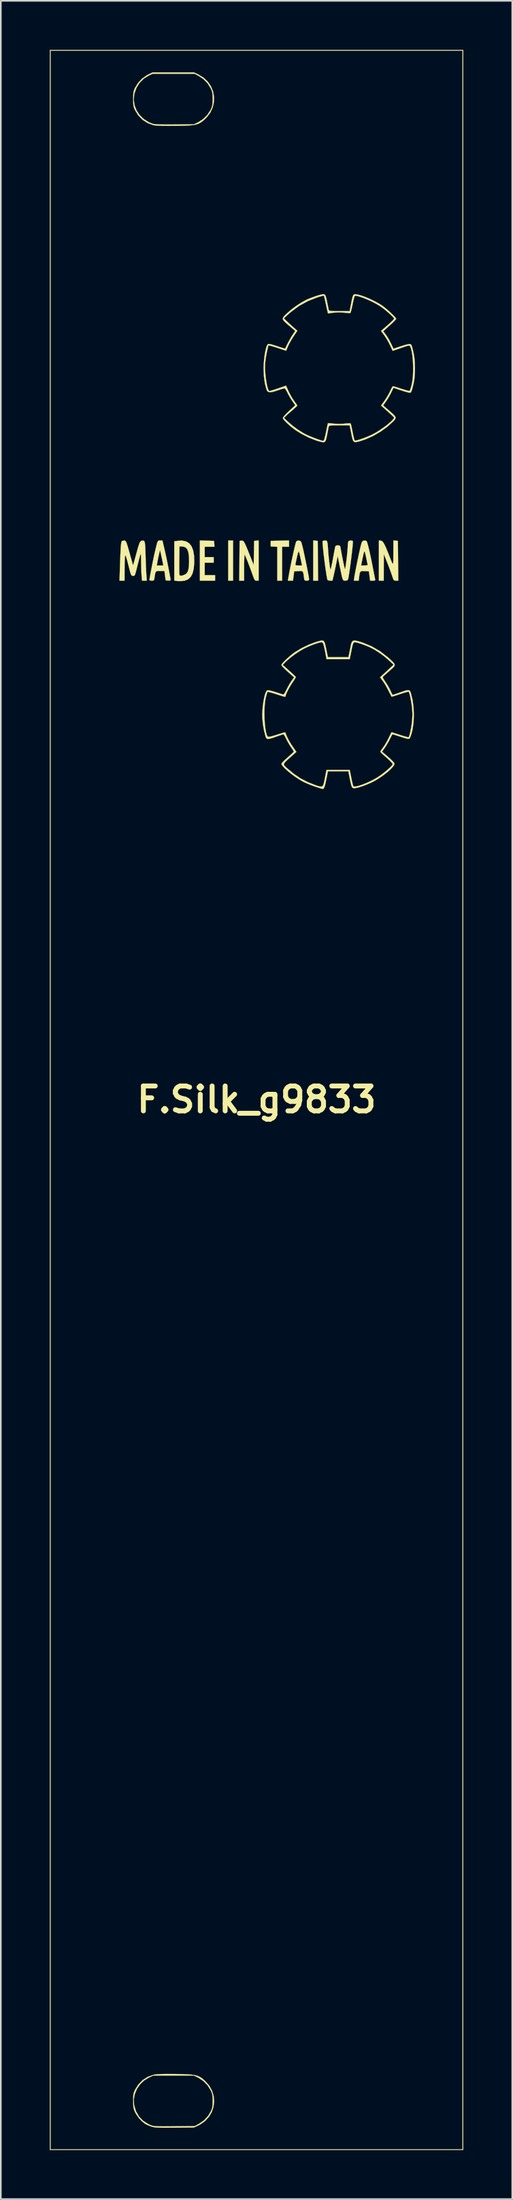
<source format=kicad_pcb>
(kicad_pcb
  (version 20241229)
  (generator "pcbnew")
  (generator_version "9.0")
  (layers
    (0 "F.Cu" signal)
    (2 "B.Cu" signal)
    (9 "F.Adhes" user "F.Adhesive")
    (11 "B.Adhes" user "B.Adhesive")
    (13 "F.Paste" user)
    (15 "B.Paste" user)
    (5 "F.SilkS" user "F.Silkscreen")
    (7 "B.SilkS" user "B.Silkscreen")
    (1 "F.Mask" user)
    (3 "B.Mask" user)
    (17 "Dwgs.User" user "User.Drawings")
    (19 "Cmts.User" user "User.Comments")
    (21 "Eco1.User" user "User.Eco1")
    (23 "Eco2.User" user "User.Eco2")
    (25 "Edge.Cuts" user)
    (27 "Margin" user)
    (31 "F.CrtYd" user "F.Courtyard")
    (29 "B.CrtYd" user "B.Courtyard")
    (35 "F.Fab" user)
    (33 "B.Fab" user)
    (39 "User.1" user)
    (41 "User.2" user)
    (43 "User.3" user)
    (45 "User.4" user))
  (footprint "F.Silk_g9833"
    (layer "F.Cu")
    (at 12.663 64.225)
    (property "Reference" "F.Silk_g9833" (at 0 0 0) (layer "F.SilkS") (effects (font (size 1.524 1.524) (thickness 0.3))))
    (attr through_hole)
    (fp_poly (pts (xy -1.439 -31.75) (xy -1.736 -31.75) (xy -1.736 -34.205) (xy -1.439 -34.205) (xy -1.439 -31.75)) (stroke (width 0.01) (type solid)) (fill yes) (layer "F.SilkS"))
    (fp_poly (pts (xy 3.747 -34.184) (xy 3.758 -32.967) (xy 3.769 -31.75) (xy 3.471 -31.75) (xy 3.471 -34.211) (xy 3.747 -34.184)) (stroke (width 0.01) (type solid)) (fill yes) (layer "F.SilkS"))
    (fp_poly (pts (xy 1.99 -33.824) (xy 1.566 -33.824) (xy 1.566 -31.75) (xy 1.27 -31.75) (xy 1.27 -33.82) (xy 0.868 -33.846) (xy 0.868 -34.184) (xy 1.429 -34.196) (xy 1.99 -34.208) (xy 1.99 -33.824)) (stroke (width 0.01) (type solid)) (fill yes) (layer "F.SilkS"))
    (fp_poly (pts (xy 12.658 64.262) (xy -12.658 64.262) (xy -12.658 -64.177) (xy -12.615 -64.177) (xy -12.615 64.22) (xy 12.615 64.22) (xy 12.615 -64.177) (xy -12.615 -64.177) (xy -12.658 -64.177) (xy -12.658 -64.22) (xy 12.658 -64.22) (xy 12.658 64.262)) (stroke (width 0.01) (type solid)) (fill yes) (layer "F.SilkS"))
    (fp_poly (pts (xy -3.037 -34.196) (xy -2.603 -34.184) (xy -2.59 -34.004) (xy -2.577 -33.824) (xy -3.175 -33.824) (xy -3.175 -33.189) (xy -2.625 -33.189) (xy -2.625 -32.851) (xy -3.175 -32.851) (xy -3.175 -32.089) (xy -2.54 -32.089) (xy -2.54 -31.75) (xy -3.471 -31.75) (xy -3.471 -34.208) (xy -3.037 -34.196)) (stroke (width 0.01) (type solid)) (fill yes) (layer "F.SilkS"))
    (fp_poly (pts (xy 0.127 -31.75) (xy 0.005 -31.75) (xy -0.057 -31.756) (xy -0.103 -31.784) (xy -0.144 -31.851) (xy -0.193 -31.972) (xy -0.231 -32.078) (xy -0.319 -32.322) (xy -0.41 -32.568) (xy -0.499 -32.802) (xy -0.581 -33.009) (xy -0.65 -33.177) (xy -0.7 -33.291) (xy -0.725 -33.335) (xy -0.737 -33.309) (xy -0.747 -33.208) (xy -0.755 -33.043) (xy -0.76 -32.825) (xy -0.762 -32.565) (xy -0.762 -31.75) (xy -1.06 -31.75) (xy -1.037 -34.184) (xy -0.923 -34.197) (xy -0.875 -34.199) (xy -0.832 -34.186) (xy -0.79 -34.149) (xy -0.743 -34.078) (xy -0.686 -33.964) (xy -0.614 -33.798) (xy -0.52 -33.57) (xy -0.418 -33.316) (xy -0.173 -32.703) (xy -0.148 -34.184) (xy 0.127 -34.211) (xy 0.127 -31.75)) (stroke (width 0.01) (type solid)) (fill yes) (layer "F.SilkS"))
    (fp_poly (pts (xy 7.609 -34.198) (xy 7.671 -34.177) (xy 7.733 -34.123) (xy 7.799 -34.027) (xy 7.876 -33.88) (xy 7.967 -33.673) (xy 8.079 -33.397) (xy 8.111 -33.316) (xy 8.206 -33.072) (xy 8.275 -32.9) (xy 8.323 -32.801) (xy 8.352 -32.778) (xy 8.369 -32.833) (xy 8.376 -32.967) (xy 8.378 -33.182) (xy 8.379 -33.435) (xy 8.382 -34.211) (xy 8.52 -34.197) (xy 8.657 -34.184) (xy 8.668 -32.967) (xy 8.68 -31.75) (xy 8.539 -31.75) (xy 8.465 -31.754) (xy 8.415 -31.778) (xy 8.376 -31.84) (xy 8.333 -31.956) (xy 8.305 -32.041) (xy 8.252 -32.196) (xy 8.177 -32.403) (xy 8.09 -32.633) (xy 8.003 -32.856) (xy 7.794 -33.38) (xy 7.792 -32.565) (xy 7.789 -31.75) (xy 7.493 -31.75) (xy 7.493 -34.211) (xy 7.609 -34.198)) (stroke (width 0.01) (type solid)) (fill yes) (layer "F.SilkS"))
    (fp_poly (pts (xy -4.317 -34.151) (xy -4.125 -34.035) (xy -3.98 -33.851) (xy -3.881 -33.597) (xy -3.826 -33.274) (xy -3.816 -32.879) (xy -3.818 -32.807) (xy -3.852 -32.458) (xy -3.924 -32.181) (xy -4.037 -31.974) (xy -4.193 -31.832) (xy -4.395 -31.751) (xy -4.56 -31.729) (xy -4.718 -31.725) (xy -4.858 -31.729) (xy -4.921 -31.736) (xy -5.038 -31.756) (xy -5.038 -32.504) (xy -4.734 -32.504) (xy -4.733 -32.311) (xy -4.729 -32.173) (xy -4.723 -32.104) (xy -4.722 -32.1) (xy -4.67 -32.053) (xy -4.564 -32.059) (xy -4.421 -32.108) (xy -4.308 -32.176) (xy -4.227 -32.28) (xy -4.173 -32.43) (xy -4.143 -32.639) (xy -4.132 -32.919) (xy -4.132 -32.935) (xy -4.142 -33.25) (xy -4.177 -33.49) (xy -4.24 -33.661) (xy -4.334 -33.772) (xy -4.464 -33.829) (xy -4.56 -33.841) (xy -4.72 -33.846) (xy -4.732 -33) (xy -4.734 -32.739) (xy -4.734 -32.504) (xy -5.038 -32.504) (xy -5.038 -34.158) (xy -4.844 -34.187) (xy -4.556 -34.202) (xy -4.317 -34.151)) (stroke (width 0.01) (type solid)) (fill yes) (layer "F.SilkS"))
    (fp_poly (pts (xy -5.907 -34.205) (xy -5.764 -34.205) (xy -5.637 -33.666) (xy -5.562 -33.337) (xy -5.481 -32.951) (xy -5.397 -32.533) (xy -5.316 -32.109) (xy -5.272 -31.864) (xy -5.264 -31.787) (xy -5.291 -31.756) (xy -5.377 -31.756) (xy -5.409 -31.758) (xy -5.567 -31.771) (xy -5.604 -32.057) (xy -5.64 -32.343) (xy -5.906 -32.343) (xy -6.038 -32.342) (xy -6.123 -32.329) (xy -6.174 -32.287) (xy -6.206 -32.202) (xy -6.231 -32.058) (xy -6.246 -31.951) (xy -6.267 -31.83) (xy -6.297 -31.771) (xy -6.355 -31.752) (xy -6.418 -31.75) (xy -6.514 -31.76) (xy -6.561 -31.785) (xy -6.562 -31.79) (xy -6.553 -31.859) (xy -6.531 -31.995) (xy -6.497 -32.182) (xy -6.455 -32.404) (xy -6.408 -32.645) (xy -6.401 -32.681) (xy -6.107 -32.681) (xy -5.711 -32.681) (xy -5.737 -32.82) (xy -5.759 -32.928) (xy -5.792 -33.087) (xy -5.831 -33.266) (xy -5.838 -33.296) (xy -5.913 -33.634) (xy -5.981 -33.337) (xy -6.021 -33.157) (xy -6.056 -32.982) (xy -6.078 -32.861) (xy -6.107 -32.681) (xy -6.401 -32.681) (xy -6.359 -32.888) (xy -6.312 -33.119) (xy -6.269 -33.319) (xy -6.241 -33.439) (xy -6.178 -33.708) (xy -6.13 -33.905) (xy -6.093 -34.042) (xy -6.062 -34.13) (xy -6.032 -34.179) (xy -5.998 -34.2) (xy -5.956 -34.206) (xy -5.907 -34.205)) (stroke (width 0.01) (type solid)) (fill yes) (layer "F.SilkS"))
    (fp_poly (pts (xy 6.68 -34.196) (xy 6.737 -34.174) (xy 6.767 -34.111) (xy 6.809 -33.974) (xy 6.862 -33.772) (xy 6.922 -33.514) (xy 6.989 -33.21) (xy 7.06 -32.868) (xy 7.109 -32.618) (xy 7.154 -32.382) (xy 7.196 -32.17) (xy 7.23 -31.997) (xy 7.253 -31.881) (xy 7.261 -31.845) (xy 7.266 -31.783) (xy 7.23 -31.756) (xy 7.132 -31.75) (xy 7.119 -31.75) (xy 6.956 -31.75) (xy 6.918 -32.036) (xy 6.879 -32.322) (xy 6.629 -32.334) (xy 6.481 -32.338) (xy 6.389 -32.318) (xy 6.336 -32.26) (xy 6.305 -32.146) (xy 6.286 -31.996) (xy 6.257 -31.75) (xy 5.959 -31.75) (xy 5.988 -31.951) (xy 6.01 -32.089) (xy 6.047 -32.29) (xy 6.095 -32.537) (xy 6.124 -32.681) (xy 6.404 -32.681) (xy 6.613 -32.681) (xy 6.737 -32.685) (xy 6.794 -32.703) (xy 6.804 -32.74) (xy 6.8 -32.755) (xy 6.782 -32.829) (xy 6.754 -32.962) (xy 6.72 -33.13) (xy 6.706 -33.202) (xy 6.671 -33.362) (xy 6.638 -33.48) (xy 6.611 -33.539) (xy 6.602 -33.541) (xy 6.58 -33.487) (xy 6.548 -33.37) (xy 6.511 -33.208) (xy 6.487 -33.094) (xy 6.404 -32.681) (xy 6.124 -32.681) (xy 6.15 -32.811) (xy 6.208 -33.093) (xy 6.266 -33.365) (xy 6.319 -33.608) (xy 6.364 -33.803) (xy 6.385 -33.888) (xy 6.427 -34.043) (xy 6.463 -34.133) (xy 6.505 -34.178) (xy 6.563 -34.196) (xy 6.58 -34.198) (xy 6.68 -34.196)) (stroke (width 0.01) (type solid)) (fill yes) (layer "F.SilkS"))
    (fp_poly (pts (xy 2.59 -34.197) (xy 2.662 -34.186) (xy 2.709 -34.155) (xy 2.745 -34.087) (xy 2.782 -33.964) (xy 2.802 -33.888) (xy 2.838 -33.74) (xy 2.883 -33.541) (xy 2.934 -33.305) (xy 2.988 -33.047) (xy 3.043 -32.781) (xy 3.095 -32.521) (xy 3.141 -32.284) (xy 3.179 -32.082) (xy 3.205 -31.931) (xy 3.217 -31.845) (xy 3.217 -31.837) (xy 3.201 -31.777) (xy 3.137 -31.753) (xy 3.073 -31.75) (xy 2.989 -31.754) (xy 2.943 -31.781) (xy 2.918 -31.851) (xy 2.901 -31.972) (xy 2.877 -32.15) (xy 2.852 -32.26) (xy 2.81 -32.318) (xy 2.738 -32.338) (xy 2.621 -32.337) (xy 2.568 -32.334) (xy 2.307 -32.322) (xy 2.269 -32.036) (xy 2.23 -31.75) (xy 1.917 -31.75) (xy 1.998 -32.205) (xy 2.038 -32.42) (xy 2.088 -32.67) (xy 2.098 -32.72) (xy 2.377 -32.72) (xy 2.405 -32.692) (xy 2.487 -32.682) (xy 2.572 -32.681) (xy 2.783 -32.681) (xy 2.7 -33.094) (xy 2.661 -33.273) (xy 2.626 -33.419) (xy 2.597 -33.515) (xy 2.586 -33.54) (xy 2.564 -33.517) (xy 2.532 -33.427) (xy 2.496 -33.289) (xy 2.481 -33.222) (xy 2.444 -33.048) (xy 2.411 -32.896) (xy 2.388 -32.793) (xy 2.384 -32.777) (xy 2.377 -32.72) (xy 2.098 -32.72) (xy 2.143 -32.939) (xy 2.202 -33.213) (xy 2.26 -33.477) (xy 2.314 -33.714) (xy 2.361 -33.909) (xy 2.397 -34.049) (xy 2.415 -34.105) (xy 2.46 -34.179) (xy 2.537 -34.2) (xy 2.59 -34.197)) (stroke (width 0.01) (type solid)) (fill yes) (layer "F.SilkS"))
    (fp_poly (pts (xy -8.057 -34.196) (xy -8.023 -34.172) (xy -7.99 -34.122) (xy -7.953 -34.035) (xy -7.909 -33.902) (xy -7.853 -33.714) (xy -7.782 -33.462) (xy -7.702 -33.178) (xy -7.562 -32.679) (xy -7.402 -33.262) (xy -7.321 -33.559) (xy -7.257 -33.784) (xy -7.206 -33.948) (xy -7.164 -34.06) (xy -7.127 -34.131) (xy -7.089 -34.17) (xy -7.048 -34.189) (xy -6.998 -34.197) (xy -6.995 -34.197) (xy -6.942 -34.2) (xy -6.901 -34.19) (xy -6.87 -34.157) (xy -6.847 -34.092) (xy -6.831 -33.985) (xy -6.818 -33.825) (xy -6.808 -33.603) (xy -6.798 -33.309) (xy -6.795 -33.211) (xy -6.786 -32.934) (xy -6.775 -32.658) (xy -6.764 -32.406) (xy -6.754 -32.2) (xy -6.747 -32.099) (xy -6.723 -31.75) (xy -7.015 -31.75) (xy -7.042 -32.074) (xy -7.054 -32.254) (xy -7.063 -32.485) (xy -7.068 -32.733) (xy -7.07 -32.906) (xy -7.072 -33.1) (xy -7.077 -33.255) (xy -7.085 -33.357) (xy -7.094 -33.391) (xy -7.095 -33.39) (xy -7.114 -33.342) (xy -7.149 -33.228) (xy -7.193 -33.065) (xy -7.244 -32.871) (xy -7.245 -32.864) (xy -7.315 -32.586) (xy -7.367 -32.378) (xy -7.407 -32.232) (xy -7.437 -32.136) (xy -7.463 -32.08) (xy -7.489 -32.053) (xy -7.518 -32.045) (xy -7.554 -32.046) (xy -7.569 -32.046) (xy -7.613 -32.049) (xy -7.647 -32.065) (xy -7.678 -32.105) (xy -7.71 -32.183) (xy -7.748 -32.309) (xy -7.797 -32.496) (xy -7.851 -32.708) (xy -7.92 -32.975) (xy -7.975 -33.161) (xy -8.015 -33.268) (xy -8.041 -33.299) (xy -8.048 -33.29) (xy -8.059 -33.223) (xy -8.068 -33.087) (xy -8.076 -32.897) (xy -8.081 -32.67) (xy -8.083 -32.48) (xy -8.086 -31.75) (xy -8.394 -31.75) (xy -8.363 -32.713) (xy -8.353 -33.008) (xy -8.341 -33.29) (xy -8.329 -33.542) (xy -8.318 -33.75) (xy -8.308 -33.895) (xy -8.304 -33.93) (xy -8.286 -34.071) (xy -8.264 -34.148) (xy -8.224 -34.183) (xy -8.154 -34.196) (xy -8.141 -34.197) (xy -8.095 -34.201) (xy -8.057 -34.196)) (stroke (width 0.01) (type solid)) (fill yes) (layer "F.SilkS"))
    (fp_poly (pts (xy -3.556 -62.713) (xy -3.24 -62.521) (xy -2.986 -62.279) (xy -2.794 -61.998) (xy -2.666 -61.689) (xy -2.604 -61.363) (xy -2.61 -61.03) (xy -2.685 -60.701) (xy -2.831 -60.386) (xy -3.049 -60.098) (xy -3.14 -60.008) (xy -3.269 -59.892) (xy -3.387 -59.8) (xy -3.507 -59.729) (xy -3.639 -59.675) (xy -3.796 -59.636) (xy -3.988 -59.61) (xy -4.228 -59.593) (xy -4.527 -59.583) (xy -4.896 -59.578) (xy -4.995 -59.577) (xy -5.403 -59.575) (xy -5.732 -59.578) (xy -5.988 -59.585) (xy -6.177 -59.598) (xy -6.305 -59.615) (xy -6.329 -59.62) (xy -6.681 -59.75) (xy -6.988 -59.951) (xy -7.245 -60.217) (xy -7.44 -60.532) (xy -7.494 -60.65) (xy -7.528 -60.756) (xy -7.547 -60.875) (xy -7.555 -61.033) (xy -7.556 -61.159) (xy -7.52 -61.159) (xy -7.471 -60.831) (xy -7.349 -60.522) (xy -7.163 -60.241) (xy -6.918 -60) (xy -6.622 -59.809) (xy -6.371 -59.706) (xy -6.291 -59.688) (xy -6.167 -59.674) (xy -5.992 -59.665) (xy -5.758 -59.66) (xy -5.456 -59.658) (xy -5.079 -59.659) (xy -5.016 -59.66) (xy -3.831 -59.669) (xy -3.578 -59.793) (xy -3.279 -59.984) (xy -3.022 -60.237) (xy -2.826 -60.533) (xy -2.813 -60.559) (xy -2.754 -60.691) (xy -2.717 -60.808) (xy -2.698 -60.938) (xy -2.691 -61.109) (xy -2.69 -61.214) (xy -2.693 -61.419) (xy -2.706 -61.569) (xy -2.734 -61.691) (xy -2.782 -61.815) (xy -2.801 -61.856) (xy -2.993 -62.169) (xy -3.251 -62.433) (xy -3.524 -62.616) (xy -3.789 -62.759) (xy -6.371 -62.759) (xy -6.612 -62.646) (xy -6.911 -62.46) (xy -7.16 -62.212) (xy -7.351 -61.909) (xy -7.476 -61.564) (xy -7.492 -61.495) (xy -7.52 -61.159) (xy -7.556 -61.159) (xy -7.556 -61.214) (xy -7.554 -61.426) (xy -7.544 -61.579) (xy -7.522 -61.698) (xy -7.483 -61.81) (xy -7.443 -61.901) (xy -7.256 -62.205) (xy -7.006 -62.47) (xy -6.711 -62.676) (xy -6.65 -62.707) (xy -6.371 -62.844) (xy -3.831 -62.844) (xy -3.556 -62.713)) (stroke (width 0.01) (type solid)) (fill yes) (layer "F.SilkS"))
    (fp_poly (pts (xy 5.853 -34.195) (xy 5.898 -34.174) (xy 5.901 -34.119) (xy 5.893 -33.994) (xy 5.877 -33.812) (xy 5.853 -33.587) (xy 5.823 -33.331) (xy 5.79 -33.058) (xy 5.755 -32.782) (xy 5.718 -32.516) (xy 5.683 -32.273) (xy 5.651 -32.067) (xy 5.623 -31.91) (xy 5.604 -31.824) (xy 5.552 -31.767) (xy 5.44 -31.75) (xy 5.385 -31.75) (xy 5.342 -31.758) (xy 5.308 -31.783) (xy 5.277 -31.837) (xy 5.247 -31.929) (xy 5.212 -32.072) (xy 5.169 -32.274) (xy 5.113 -32.547) (xy 5.103 -32.595) (xy 4.969 -33.252) (xy 4.895 -32.871) (xy 4.847 -32.638) (xy 4.792 -32.378) (xy 4.74 -32.142) (xy 4.735 -32.12) (xy 4.65 -31.75) (xy 4.504 -31.75) (xy 4.401 -31.764) (xy 4.343 -31.798) (xy 4.341 -31.803) (xy 4.318 -31.9) (xy 4.289 -32.06) (xy 4.256 -32.269) (xy 4.22 -32.514) (xy 4.184 -32.782) (xy 4.148 -33.06) (xy 4.115 -33.333) (xy 4.087 -33.589) (xy 4.064 -33.813) (xy 4.048 -33.994) (xy 4.042 -34.117) (xy 4.046 -34.168) (xy 4.101 -34.195) (xy 4.193 -34.205) (xy 4.254 -34.202) (xy 4.297 -34.181) (xy 4.326 -34.131) (xy 4.347 -34.036) (xy 4.363 -33.885) (xy 4.379 -33.663) (xy 4.38 -33.655) (xy 4.398 -33.41) (xy 4.421 -33.164) (xy 4.446 -32.932) (xy 4.471 -32.728) (xy 4.495 -32.566) (xy 4.515 -32.461) (xy 4.529 -32.427) (xy 4.546 -32.467) (xy 4.574 -32.575) (xy 4.61 -32.738) (xy 4.651 -32.941) (xy 4.672 -33.052) (xy 4.714 -33.281) (xy 4.753 -33.489) (xy 4.785 -33.657) (xy 4.805 -33.768) (xy 4.81 -33.793) (xy 4.839 -33.873) (xy 4.902 -33.905) (xy 4.976 -33.909) (xy 5.071 -33.901) (xy 5.118 -33.861) (xy 5.144 -33.763) (xy 5.146 -33.75) (xy 5.195 -33.474) (xy 5.246 -33.207) (xy 5.294 -32.961) (xy 5.339 -32.75) (xy 5.376 -32.587) (xy 5.403 -32.485) (xy 5.415 -32.457) (xy 5.429 -32.486) (xy 5.448 -32.584) (xy 5.472 -32.735) (xy 5.497 -32.923) (xy 5.522 -33.133) (xy 5.546 -33.35) (xy 5.566 -33.557) (xy 5.58 -33.739) (xy 5.588 -33.881) (xy 5.588 -33.916) (xy 5.598 -34.074) (xy 5.635 -34.164) (xy 5.708 -34.201) (xy 5.759 -34.205) (xy 5.853 -34.195)) (stroke (width 0.01) (type solid)) (fill yes) (layer "F.SilkS"))
    (fp_poly (pts (xy -5.144 59.612) (xy -4.932 59.614) (xy -4.552 59.621) (xy -4.245 59.632) (xy -3.999 59.65) (xy -3.801 59.678) (xy -3.641 59.718) (xy -3.505 59.773) (xy -3.381 59.848) (xy -3.259 59.943) (xy -3.14 60.05) (xy -2.896 60.328) (xy -2.726 60.635) (xy -2.627 60.96) (xy -2.598 61.293) (xy -2.637 61.622) (xy -2.743 61.938) (xy -2.914 62.23) (xy -3.147 62.486) (xy -3.443 62.697) (xy -3.556 62.756) (xy -3.831 62.886) (xy -5.016 62.896) (xy -5.373 62.898) (xy -5.656 62.899) (xy -5.876 62.896) (xy -6.046 62.891) (xy -6.177 62.882) (xy -6.279 62.869) (xy -6.364 62.85) (xy -6.442 62.828) (xy -6.603 62.767) (xy -6.757 62.698) (xy -6.828 62.659) (xy -7.021 62.507) (xy -7.211 62.303) (xy -7.373 62.073) (xy -7.444 61.941) (xy -7.496 61.82) (xy -7.529 61.708) (xy -7.548 61.582) (xy -7.555 61.415) (xy -7.556 61.256) (xy -7.555 61.161) (xy -7.516 61.161) (xy -7.501 61.49) (xy -7.492 61.537) (xy -7.38 61.901) (xy -7.203 62.21) (xy -6.963 62.463) (xy -6.658 62.662) (xy -6.523 62.725) (xy -6.453 62.753) (xy -6.386 62.775) (xy -6.312 62.792) (xy -6.22 62.804) (xy -6.099 62.811) (xy -5.939 62.815) (xy -5.728 62.817) (xy -5.457 62.816) (xy -5.113 62.813) (xy -5.038 62.812) (xy -3.789 62.801) (xy -3.524 62.658) (xy -3.215 62.445) (xy -2.965 62.174) (xy -2.801 61.899) (xy -2.746 61.769) (xy -2.712 61.649) (xy -2.695 61.51) (xy -2.69 61.324) (xy -2.69 61.256) (xy -2.693 61.055) (xy -2.706 60.909) (xy -2.734 60.79) (xy -2.782 60.668) (xy -2.813 60.601) (xy -3.003 60.302) (xy -3.256 60.045) (xy -3.552 59.848) (xy -3.578 59.835) (xy -3.831 59.711) (xy -6.329 59.711) (xy -6.595 59.834) (xy -6.888 60.012) (xy -7.134 60.247) (xy -7.325 60.526) (xy -7.455 60.835) (xy -7.516 61.161) (xy -7.555 61.161) (xy -7.554 61.047) (xy -7.545 60.897) (xy -7.524 60.781) (xy -7.486 60.675) (xy -7.44 60.574) (xy -7.236 60.249) (xy -6.977 59.986) (xy -6.669 59.789) (xy -6.317 59.664) (xy -6.244 59.648) (xy -6.09 59.629) (xy -5.854 59.617) (xy -5.538 59.611) (xy -5.144 59.612)) (stroke (width 0.01) (type solid)) (fill yes) (layer "F.SilkS"))
    (fp_poly (pts (xy 4.077 -28.08) (xy 4.139 -28.026) (xy 4.186 -27.918) (xy 4.23 -27.745) (xy 4.276 -27.523) (xy 4.371 -27.068) (xy 5.627 -27.068) (xy 5.667 -27.26) (xy 5.699 -27.412) (xy 5.736 -27.597) (xy 5.76 -27.721) (xy 5.796 -27.887) (xy 5.839 -28.001) (xy 5.901 -28.067) (xy 5.995 -28.088) (xy 6.133 -28.07) (xy 6.328 -28.015) (xy 6.519 -27.952) (xy 7.058 -27.729) (xy 7.573 -27.427) (xy 8.054 -27.055) (xy 8.166 -26.954) (xy 8.325 -26.803) (xy 8.424 -26.693) (xy 8.464 -26.607) (xy 8.444 -26.525) (xy 8.365 -26.431) (xy 8.228 -26.307) (xy 8.182 -26.266) (xy 8.035 -26.137) (xy 7.905 -26.023) (xy 7.811 -25.938) (xy 7.776 -25.907) (xy 7.742 -25.87) (xy 7.734 -25.828) (xy 7.758 -25.766) (xy 7.819 -25.666) (xy 7.909 -25.533) (xy 8.021 -25.359) (xy 8.126 -25.175) (xy 8.204 -25.019) (xy 8.213 -24.997) (xy 8.269 -24.873) (xy 8.317 -24.789) (xy 8.343 -24.765) (xy 8.395 -24.778) (xy 8.509 -24.815) (xy 8.665 -24.868) (xy 8.793 -24.913) (xy 9.019 -24.992) (xy 9.18 -25.04) (xy 9.289 -25.055) (xy 9.36 -25.037) (xy 9.407 -24.984) (xy 9.444 -24.896) (xy 9.455 -24.86) (xy 9.555 -24.456) (xy 9.615 -24.005) (xy 9.635 -23.533) (xy 9.615 -23.069) (xy 9.554 -22.64) (xy 9.53 -22.535) (xy 9.482 -22.359) (xy 9.432 -22.212) (xy 9.388 -22.116) (xy 9.37 -22.093) (xy 9.329 -22.074) (xy 9.26 -22.074) (xy 9.151 -22.098) (xy 8.987 -22.146) (xy 8.832 -22.196) (xy 8.644 -22.257) (xy 8.487 -22.307) (xy 8.377 -22.34) (xy 8.331 -22.352) (xy 8.302 -22.317) (xy 8.249 -22.223) (xy 8.183 -22.091) (xy 8.176 -22.075) (xy 8.078 -21.887) (xy 7.959 -21.683) (xy 7.866 -21.541) (xy 7.686 -21.284) (xy 7.795 -21.194) (xy 8.013 -21.009) (xy 8.197 -20.844) (xy 8.337 -20.707) (xy 8.424 -20.607) (xy 8.449 -20.564) (xy 8.433 -20.483) (xy 8.355 -20.368) (xy 8.225 -20.227) (xy 8.053 -20.07) (xy 7.848 -19.906) (xy 7.623 -19.742) (xy 7.386 -19.589) (xy 7.189 -19.477) (xy 6.98 -19.374) (xy 6.747 -19.274) (xy 6.512 -19.185) (xy 6.293 -19.113) (xy 6.112 -19.066) (xy 5.993 -19.05) (xy 5.93 -19.055) (xy 5.881 -19.077) (xy 5.84 -19.129) (xy 5.804 -19.223) (xy 5.766 -19.369) (xy 5.722 -19.581) (xy 5.693 -19.727) (xy 5.623 -20.087) (xy 4.371 -20.087) (xy 4.28 -19.628) (xy 4.228 -19.378) (xy 4.183 -19.201) (xy 4.141 -19.087) (xy 4.099 -19.026) (xy 4.053 -19.008) (xy 4.052 -19.008) (xy 3.993 -19.021) (xy 3.873 -19.057) (xy 3.709 -19.109) (xy 3.535 -19.168) (xy 3.312 -19.25) (xy 3.085 -19.343) (xy 2.885 -19.435) (xy 2.783 -19.487) (xy 2.56 -19.622) (xy 2.333 -19.775) (xy 2.114 -19.938) (xy 1.914 -20.102) (xy 1.743 -20.256) (xy 1.615 -20.391) (xy 1.539 -20.497) (xy 1.524 -20.547) (xy 1.554 -20.596) (xy 1.637 -20.686) (xy 1.759 -20.805) (xy 1.905 -20.936) (xy 2.053 -21.067) (xy 2.174 -21.177) (xy 2.256 -21.255) (xy 2.286 -21.29) (xy 2.286 -21.29) (xy 2.263 -21.332) (xy 2.204 -21.425) (xy 2.121 -21.547) (xy 2.115 -21.554) (xy 2.003 -21.73) (xy 1.887 -21.932) (xy 1.815 -22.075) (xy 1.747 -22.21) (xy 1.688 -22.309) (xy 1.651 -22.352) (xy 1.649 -22.352) (xy 1.596 -22.339) (xy 1.482 -22.302) (xy 1.325 -22.249) (xy 1.198 -22.204) (xy 0.971 -22.125) (xy 0.81 -22.077) (xy 0.702 -22.062) (xy 0.631 -22.081) (xy 0.585 -22.136) (xy 0.55 -22.228) (xy 0.536 -22.278) (xy 0.45 -22.62) (xy 0.393 -22.948) (xy 0.358 -23.283) (xy 0.35 -23.522) (xy 0.351 -23.551) (xy 0.482 -23.551) (xy 0.491 -23.256) (xy 0.51 -22.972) (xy 0.539 -22.714) (xy 0.577 -22.494) (xy 0.623 -22.325) (xy 0.676 -22.22) (xy 0.709 -22.194) (xy 0.773 -22.197) (xy 0.899 -22.223) (xy 1.068 -22.269) (xy 1.259 -22.328) (xy 1.446 -22.388) (xy 1.602 -22.435) (xy 1.709 -22.465) (xy 1.753 -22.472) (xy 1.753 -22.472) (xy 1.773 -22.428) (xy 1.815 -22.329) (xy 1.861 -22.214) (xy 1.93 -22.067) (xy 2.032 -21.884) (xy 2.149 -21.695) (xy 2.199 -21.621) (xy 2.441 -21.273) (xy 2.081 -20.955) (xy 1.896 -20.79) (xy 1.769 -20.67) (xy 1.696 -20.58) (xy 1.674 -20.509) (xy 1.699 -20.442) (xy 1.768 -20.367) (xy 1.875 -20.27) (xy 1.879 -20.267) (xy 2.289 -19.929) (xy 2.692 -19.657) (xy 3.113 -19.436) (xy 3.574 -19.252) (xy 3.598 -19.244) (xy 3.786 -19.181) (xy 3.918 -19.149) (xy 4.008 -19.157) (xy 4.069 -19.214) (xy 4.113 -19.33) (xy 4.154 -19.514) (xy 4.183 -19.664) (xy 4.282 -20.172) (xy 5.708 -20.172) (xy 5.801 -19.702) (xy 5.841 -19.508) (xy 5.879 -19.342) (xy 5.91 -19.224) (xy 5.928 -19.176) (xy 5.989 -19.152) (xy 6.112 -19.164) (xy 6.283 -19.206) (xy 6.489 -19.275) (xy 6.716 -19.365) (xy 6.953 -19.471) (xy 7.184 -19.589) (xy 7.399 -19.713) (xy 7.441 -19.74) (xy 7.621 -19.863) (xy 7.804 -20.003) (xy 7.98 -20.146) (xy 8.133 -20.282) (xy 8.252 -20.4) (xy 8.324 -20.488) (xy 8.339 -20.525) (xy 8.308 -20.579) (xy 8.225 -20.673) (xy 8.102 -20.794) (xy 7.958 -20.924) (xy 7.81 -21.055) (xy 7.689 -21.166) (xy 7.607 -21.247) (xy 7.578 -21.285) (xy 7.602 -21.333) (xy 7.664 -21.427) (xy 7.752 -21.547) (xy 7.753 -21.549) (xy 7.857 -21.701) (xy 7.971 -21.894) (xy 8.075 -22.091) (xy 8.094 -22.13) (xy 8.167 -22.283) (xy 8.226 -22.402) (xy 8.261 -22.469) (xy 8.268 -22.479) (xy 8.309 -22.466) (xy 8.415 -22.432) (xy 8.57 -22.382) (xy 8.76 -22.32) (xy 8.784 -22.312) (xy 8.978 -22.251) (xy 9.143 -22.205) (xy 9.261 -22.178) (xy 9.317 -22.173) (xy 9.319 -22.175) (xy 9.35 -22.242) (xy 9.388 -22.375) (xy 9.429 -22.556) (xy 9.469 -22.765) (xy 9.504 -22.985) (xy 9.525 -23.154) (xy 9.549 -23.567) (xy 9.526 -23.954) (xy 9.496 -24.185) (xy 9.459 -24.412) (xy 9.419 -24.619) (xy 9.379 -24.79) (xy 9.343 -24.907) (xy 9.316 -24.954) (xy 9.265 -24.949) (xy 9.151 -24.921) (xy 8.99 -24.874) (xy 8.798 -24.812) (xy 8.782 -24.807) (xy 8.592 -24.744) (xy 8.433 -24.693) (xy 8.321 -24.66) (xy 8.272 -24.649) (xy 8.271 -24.65) (xy 8.249 -24.69) (xy 8.198 -24.789) (xy 8.125 -24.931) (xy 8.069 -25.043) (xy 7.967 -25.235) (xy 7.858 -25.424) (xy 7.757 -25.58) (xy 7.721 -25.63) (xy 7.564 -25.836) (xy 7.979 -26.221) (xy 8.393 -26.607) (xy 8.104 -26.878) (xy 7.833 -27.109) (xy 7.528 -27.333) (xy 7.218 -27.529) (xy 6.943 -27.674) (xy 6.743 -27.758) (xy 6.534 -27.839) (xy 6.334 -27.907) (xy 6.165 -27.957) (xy 6.047 -27.981) (xy 6.027 -27.982) (xy 5.982 -27.976) (xy 5.946 -27.951) (xy 5.914 -27.894) (xy 5.881 -27.794) (xy 5.845 -27.64) (xy 5.8 -27.418) (xy 5.778 -27.305) (xy 5.708 -26.945) (xy 4.287 -26.945) (xy 4.212 -27.347) (xy 4.163 -27.595) (xy 4.122 -27.77) (xy 4.085 -27.884) (xy 4.047 -27.95) (xy 4.003 -27.978) (xy 3.972 -27.982) (xy 3.862 -27.965) (xy 3.697 -27.917) (xy 3.494 -27.847) (xy 3.276 -27.761) (xy 3.06 -27.666) (xy 2.9 -27.588) (xy 2.634 -27.435) (xy 2.354 -27.249) (xy 2.085 -27.048) (xy 1.855 -26.852) (xy 1.764 -26.764) (xy 1.602 -26.596) (xy 1.997 -26.244) (xy 2.149 -26.107) (xy 2.275 -25.989) (xy 2.365 -25.903) (xy 2.405 -25.86) (xy 2.406 -25.859) (xy 2.389 -25.811) (xy 2.333 -25.715) (xy 2.249 -25.588) (xy 2.228 -25.557) (xy 2.124 -25.402) (xy 2.019 -25.224) (xy 1.922 -25.044) (xy 1.843 -24.881) (xy 1.792 -24.753) (xy 1.778 -24.691) (xy 1.776 -24.663) (xy 1.762 -24.648) (xy 1.722 -24.648) (xy 1.646 -24.665) (xy 1.521 -24.703) (xy 1.334 -24.764) (xy 1.206 -24.805) (xy 1.012 -24.866) (xy 0.848 -24.912) (xy 0.73 -24.939) (xy 0.674 -24.944) (xy 0.672 -24.942) (xy 0.65 -24.89) (xy 0.615 -24.777) (xy 0.574 -24.627) (xy 0.566 -24.596) (xy 0.526 -24.381) (xy 0.499 -24.127) (xy 0.484 -23.846) (xy 0.482 -23.551) (xy 0.351 -23.551) (xy 0.359 -23.784) (xy 0.382 -24.057) (xy 0.417 -24.323) (xy 0.462 -24.568) (xy 0.514 -24.777) (xy 0.571 -24.934) (xy 0.63 -25.024) (xy 0.641 -25.032) (xy 0.7 -25.046) (xy 0.804 -25.033) (xy 0.965 -24.992) (xy 1.141 -24.939) (xy 1.324 -24.881) (xy 1.48 -24.831) (xy 1.588 -24.795) (xy 1.627 -24.781) (xy 1.675 -24.807) (xy 1.745 -24.909) (xy 1.835 -25.083) (xy 1.836 -25.086) (xy 1.932 -25.272) (xy 2.039 -25.459) (xy 2.137 -25.61) (xy 2.146 -25.623) (xy 2.302 -25.835) (xy 2.156 -25.962) (xy 1.918 -26.173) (xy 1.741 -26.336) (xy 1.62 -26.456) (xy 1.549 -26.54) (xy 1.524 -26.591) (xy 1.524 -26.595) (xy 1.555 -26.656) (xy 1.639 -26.756) (xy 1.763 -26.883) (xy 1.913 -27.023) (xy 2.076 -27.164) (xy 2.237 -27.294) (xy 2.357 -27.38) (xy 2.748 -27.616) (xy 3.181 -27.825) (xy 3.614 -27.989) (xy 3.682 -28.01) (xy 3.86 -28.062) (xy 3.988 -28.089) (xy 4.077 -28.08)) (stroke (width 0.01) (type solid)) (fill yes) (layer "F.SilkS"))
    (fp_poly (pts (xy 6.194 -49.254) (xy 6.415 -49.194) (xy 6.672 -49.102) (xy 6.948 -48.986) (xy 7.226 -48.852) (xy 7.487 -48.709) (xy 7.671 -48.594) (xy 7.811 -48.492) (xy 7.968 -48.364) (xy 8.13 -48.222) (xy 8.282 -48.081) (xy 8.412 -47.951) (xy 8.506 -47.846) (xy 8.55 -47.778) (xy 8.551 -47.769) (xy 8.521 -47.722) (xy 8.439 -47.632) (xy 8.318 -47.512) (xy 8.168 -47.375) (xy 8.156 -47.364) (xy 7.76 -47.011) (xy 7.92 -46.8) (xy 8.018 -46.654) (xy 8.127 -46.469) (xy 8.225 -46.281) (xy 8.234 -46.264) (xy 8.388 -45.939) (xy 8.817 -46.084) (xy 9.006 -46.144) (xy 9.178 -46.192) (xy 9.308 -46.221) (xy 9.362 -46.228) (xy 9.415 -46.223) (xy 9.457 -46.199) (xy 9.493 -46.146) (xy 9.528 -46.05) (xy 9.567 -45.899) (xy 9.615 -45.683) (xy 9.639 -45.572) (xy 9.673 -45.339) (xy 9.694 -45.052) (xy 9.701 -44.738) (xy 9.694 -44.425) (xy 9.673 -44.142) (xy 9.64 -43.921) (xy 9.582 -43.664) (xy 9.535 -43.479) (xy 9.495 -43.355) (xy 9.458 -43.283) (xy 9.419 -43.25) (xy 9.417 -43.248) (xy 9.353 -43.252) (xy 9.228 -43.279) (xy 9.06 -43.327) (xy 8.869 -43.388) (xy 8.386 -43.552) (xy 8.257 -43.277) (xy 8.162 -43.093) (xy 8.043 -42.89) (xy 7.942 -42.735) (xy 7.756 -42.469) (xy 8.115 -42.158) (xy 8.3 -41.996) (xy 8.427 -41.876) (xy 8.498 -41.785) (xy 8.52 -41.711) (xy 8.496 -41.639) (xy 8.431 -41.557) (xy 8.354 -41.477) (xy 8.004 -41.16) (xy 7.593 -40.866) (xy 7.148 -40.609) (xy 6.692 -40.404) (xy 6.444 -40.318) (xy 6.238 -40.256) (xy 6.093 -40.225) (xy 5.993 -40.233) (xy 5.927 -40.29) (xy 5.879 -40.405) (xy 5.835 -40.588) (xy 5.803 -40.746) (xy 5.701 -41.254) (xy 5.072 -41.254) (xy 4.823 -41.253) (xy 4.646 -41.248) (xy 4.53 -41.239) (xy 4.463 -41.224) (xy 4.431 -41.202) (xy 4.426 -41.19) (xy 4.41 -41.121) (xy 4.384 -40.993) (xy 4.352 -40.828) (xy 4.34 -40.767) (xy 4.295 -40.542) (xy 4.256 -40.387) (xy 4.218 -40.291) (xy 4.173 -40.239) (xy 4.115 -40.22) (xy 4.075 -40.219) (xy 3.981 -40.233) (xy 3.835 -40.27) (xy 3.665 -40.322) (xy 3.619 -40.338) (xy 3.192 -40.508) (xy 2.777 -40.716) (xy 2.409 -40.944) (xy 2.382 -40.963) (xy 2.191 -41.107) (xy 2.009 -41.258) (xy 1.847 -41.405) (xy 1.718 -41.536) (xy 1.635 -41.639) (xy 1.609 -41.699) (xy 1.638 -41.756) (xy 1.719 -41.855) (xy 1.839 -41.983) (xy 1.986 -42.125) (xy 1.99 -42.129) (xy 2.371 -42.481) (xy 2.191 -42.739) (xy 2.076 -42.916) (xy 1.962 -43.113) (xy 1.887 -43.258) (xy 1.818 -43.389) (xy 1.756 -43.482) (xy 1.715 -43.519) (xy 1.715 -43.519) (xy 1.656 -43.506) (xy 1.537 -43.471) (xy 1.38 -43.421) (xy 1.289 -43.39) (xy 1.054 -43.316) (xy 0.883 -43.279) (xy 0.763 -43.28) (xy 0.682 -43.32) (xy 0.627 -43.401) (xy 0.606 -43.455) (xy 0.51 -43.817) (xy 0.452 -44.237) (xy 0.432 -44.698) (xy 0.435 -44.828) (xy 0.519 -44.828) (xy 0.526 -44.587) (xy 0.545 -44.335) (xy 0.575 -44.084) (xy 0.612 -43.849) (xy 0.654 -43.644) (xy 0.7 -43.483) (xy 0.748 -43.38) (xy 0.789 -43.349) (xy 0.85 -43.363) (xy 0.973 -43.399) (xy 1.14 -43.452) (xy 1.327 -43.515) (xy 1.806 -43.68) (xy 1.962 -43.335) (xy 2.061 -43.136) (xy 2.179 -42.93) (xy 2.293 -42.757) (xy 2.308 -42.736) (xy 2.399 -42.612) (xy 2.467 -42.514) (xy 2.497 -42.463) (xy 2.498 -42.46) (xy 2.468 -42.425) (xy 2.386 -42.348) (xy 2.268 -42.243) (xy 2.185 -42.171) (xy 2.038 -42.044) (xy 1.905 -41.925) (xy 1.807 -41.833) (xy 1.778 -41.804) (xy 1.683 -41.704) (xy 1.911 -41.486) (xy 2.202 -41.233) (xy 2.535 -40.988) (xy 2.874 -40.776) (xy 3.017 -40.699) (xy 3.151 -40.636) (xy 3.323 -40.564) (xy 3.515 -40.488) (xy 3.706 -40.416) (xy 3.877 -40.357) (xy 4.008 -40.316) (xy 4.075 -40.302) (xy 4.115 -40.336) (xy 4.148 -40.397) (xy 4.172 -40.477) (xy 4.207 -40.618) (xy 4.247 -40.798) (xy 4.274 -40.933) (xy 4.311 -41.115) (xy 4.342 -41.262) (xy 4.363 -41.358) (xy 4.371 -41.385) (xy 4.415 -41.385) (xy 4.522 -41.377) (xy 4.672 -41.362) (xy 4.72 -41.357) (xy 5.005 -41.341) (xy 5.303 -41.349) (xy 5.397 -41.358) (xy 5.558 -41.372) (xy 5.685 -41.377) (xy 5.756 -41.371) (xy 5.762 -41.367) (xy 5.78 -41.317) (xy 5.809 -41.2) (xy 5.845 -41.035) (xy 5.884 -40.84) (xy 5.924 -40.645) (xy 5.962 -40.482) (xy 5.993 -40.368) (xy 6.014 -40.321) (xy 6.014 -40.321) (xy 6.075 -40.321) (xy 6.198 -40.35) (xy 6.364 -40.401) (xy 6.558 -40.469) (xy 6.762 -40.548) (xy 6.961 -40.632) (xy 7.116 -40.706) (xy 7.32 -40.817) (xy 7.534 -40.95) (xy 7.748 -41.097) (xy 7.951 -41.247) (xy 8.13 -41.393) (xy 8.276 -41.525) (xy 8.376 -41.635) (xy 8.419 -41.713) (xy 8.418 -41.733) (xy 8.382 -41.776) (xy 8.295 -41.861) (xy 8.17 -41.978) (xy 8.019 -42.113) (xy 8.014 -42.118) (xy 7.624 -42.461) (xy 7.848 -42.773) (xy 7.969 -42.956) (xy 8.087 -43.157) (xy 8.179 -43.337) (xy 8.191 -43.365) (xy 8.255 -43.502) (xy 8.313 -43.602) (xy 8.352 -43.645) (xy 8.355 -43.646) (xy 8.41 -43.633) (xy 8.529 -43.599) (xy 8.692 -43.548) (xy 8.876 -43.489) (xy 9.064 -43.43) (xy 9.221 -43.385) (xy 9.332 -43.36) (xy 9.379 -43.358) (xy 9.401 -43.409) (xy 9.438 -43.52) (xy 9.482 -43.67) (xy 9.495 -43.716) (xy 9.542 -43.951) (xy 9.574 -44.232) (xy 9.589 -44.542) (xy 9.59 -44.866) (xy 9.576 -45.187) (xy 9.549 -45.489) (xy 9.508 -45.754) (xy 9.456 -45.967) (xy 9.398 -46.102) (xy 9.371 -46.124) (xy 9.319 -46.128) (xy 9.23 -46.11) (xy 9.091 -46.069) (xy 8.887 -46) (xy 8.848 -45.986) (xy 8.337 -45.808) (xy 8.175 -46.156) (xy 8.073 -46.356) (xy 7.951 -46.565) (xy 7.834 -46.744) (xy 7.818 -46.766) (xy 7.622 -47.029) (xy 8.023 -47.379) (xy 8.176 -47.515) (xy 8.302 -47.635) (xy 8.389 -47.726) (xy 8.424 -47.776) (xy 8.424 -47.778) (xy 8.393 -47.835) (xy 8.307 -47.929) (xy 8.181 -48.051) (xy 8.028 -48.186) (xy 7.862 -48.324) (xy 7.697 -48.451) (xy 7.571 -48.54) (xy 7.379 -48.657) (xy 7.16 -48.775) (xy 6.927 -48.887) (xy 6.694 -48.988) (xy 6.475 -49.073) (xy 6.283 -49.136) (xy 6.132 -49.172) (xy 6.035 -49.176) (xy 6.012 -49.165) (xy 5.99 -49.111) (xy 5.958 -48.991) (xy 5.918 -48.824) (xy 5.877 -48.625) (xy 5.876 -48.62) (xy 5.834 -48.425) (xy 5.794 -48.266) (xy 5.759 -48.156) (xy 5.735 -48.114) (xy 5.734 -48.114) (xy 5.676 -48.118) (xy 5.556 -48.129) (xy 5.395 -48.144) (xy 5.331 -48.15) (xy 5.021 -48.163) (xy 4.733 -48.147) (xy 4.676 -48.139) (xy 4.531 -48.118) (xy 4.423 -48.105) (xy 4.375 -48.104) (xy 4.375 -48.105) (xy 4.362 -48.148) (xy 4.336 -48.258) (xy 4.301 -48.419) (xy 4.258 -48.615) (xy 4.253 -48.643) (xy 4.209 -48.843) (xy 4.171 -49.011) (xy 4.143 -49.13) (xy 4.126 -49.185) (xy 4.125 -49.186) (xy 4.081 -49.182) (xy 3.974 -49.156) (xy 3.825 -49.113) (xy 3.738 -49.087) (xy 3.157 -48.861) (xy 2.609 -48.561) (xy 2.105 -48.19) (xy 1.947 -48.051) (xy 1.672 -47.797) (xy 1.884 -47.594) (xy 2.033 -47.454) (xy 2.195 -47.306) (xy 2.298 -47.216) (xy 2.501 -47.04) (xy 2.275 -46.708) (xy 2.156 -46.52) (xy 2.04 -46.317) (xy 1.948 -46.135) (xy 1.93 -46.095) (xy 1.811 -45.813) (xy 1.397 -45.953) (xy 1.208 -46.015) (xy 1.036 -46.069) (xy 0.905 -46.108) (xy 0.856 -46.12) (xy 0.728 -46.148) (xy 0.641 -45.775) (xy 0.595 -45.548) (xy 0.555 -45.294) (xy 0.528 -45.065) (xy 0.527 -45.043) (xy 0.519 -44.828) (xy 0.435 -44.828) (xy 0.437 -44.937) (xy 0.457 -45.225) (xy 0.489 -45.503) (xy 0.531 -45.756) (xy 0.58 -45.968) (xy 0.633 -46.126) (xy 0.683 -46.209) (xy 0.719 -46.229) (xy 0.78 -46.231) (xy 0.878 -46.213) (xy 1.027 -46.17) (xy 1.242 -46.102) (xy 1.247 -46.1) (xy 1.438 -46.038) (xy 1.597 -45.989) (xy 1.707 -45.955) (xy 1.755 -45.944) (xy 1.755 -45.944) (xy 1.788 -46.025) (xy 1.851 -46.157) (xy 1.935 -46.319) (xy 2.028 -46.49) (xy 2.118 -46.647) (xy 2.193 -46.77) (xy 2.205 -46.787) (xy 2.369 -47.029) (xy 2.021 -47.326) (xy 1.828 -47.49) (xy 1.697 -47.613) (xy 1.623 -47.708) (xy 1.603 -47.788) (xy 1.636 -47.869) (xy 1.717 -47.964) (xy 1.844 -48.087) (xy 1.859 -48.102) (xy 2.117 -48.326) (xy 2.413 -48.548) (xy 2.72 -48.75) (xy 3.012 -48.913) (xy 3.118 -48.963) (xy 3.313 -49.043) (xy 3.524 -49.121) (xy 3.73 -49.19) (xy 3.912 -49.242) (xy 4.047 -49.272) (xy 4.092 -49.276) (xy 4.149 -49.268) (xy 4.194 -49.235) (xy 4.232 -49.165) (xy 4.268 -49.044) (xy 4.31 -48.86) (xy 4.337 -48.725) (xy 4.372 -48.554) (xy 4.402 -48.41) (xy 4.422 -48.318) (xy 4.426 -48.302) (xy 4.446 -48.277) (xy 4.497 -48.26) (xy 4.592 -48.248) (xy 4.742 -48.242) (xy 4.959 -48.239) (xy 5.074 -48.239) (xy 5.703 -48.239) (xy 5.779 -48.641) (xy 5.827 -48.887) (xy 5.867 -49.061) (xy 5.904 -49.175) (xy 5.942 -49.241) (xy 5.986 -49.271) (xy 6.026 -49.276) (xy 6.194 -49.254)) (stroke (width 0.01) (type solid)) (fill yes) (layer "F.SilkS")))
  (gr_rect
    (start -3 -3)
    (end 28.325 131.492)
    (stroke (width 0.1) (type default))
    (fill no)
    (layer "Edge.Cuts")))
</source>
